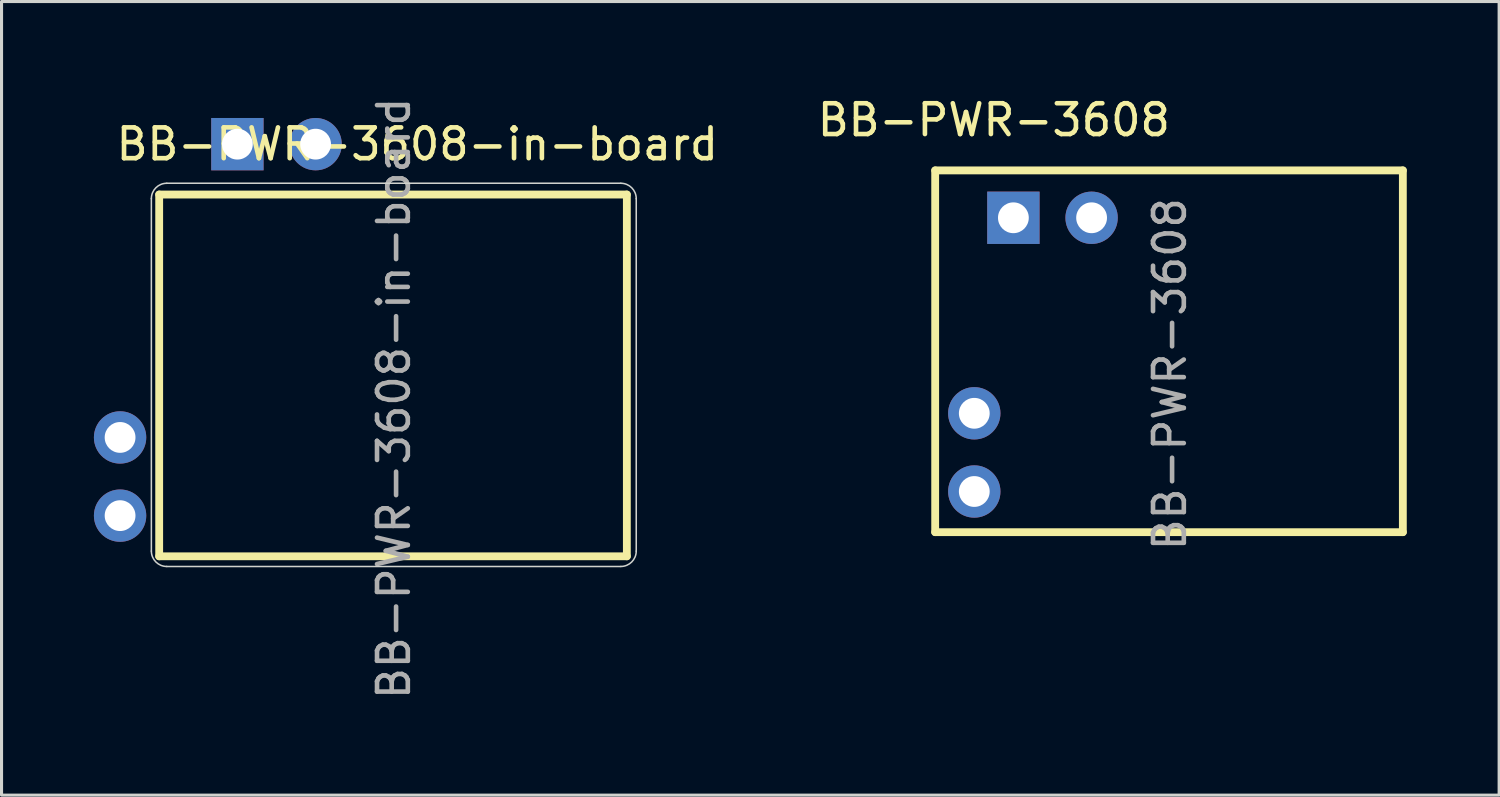
<source format=kicad_pcb>
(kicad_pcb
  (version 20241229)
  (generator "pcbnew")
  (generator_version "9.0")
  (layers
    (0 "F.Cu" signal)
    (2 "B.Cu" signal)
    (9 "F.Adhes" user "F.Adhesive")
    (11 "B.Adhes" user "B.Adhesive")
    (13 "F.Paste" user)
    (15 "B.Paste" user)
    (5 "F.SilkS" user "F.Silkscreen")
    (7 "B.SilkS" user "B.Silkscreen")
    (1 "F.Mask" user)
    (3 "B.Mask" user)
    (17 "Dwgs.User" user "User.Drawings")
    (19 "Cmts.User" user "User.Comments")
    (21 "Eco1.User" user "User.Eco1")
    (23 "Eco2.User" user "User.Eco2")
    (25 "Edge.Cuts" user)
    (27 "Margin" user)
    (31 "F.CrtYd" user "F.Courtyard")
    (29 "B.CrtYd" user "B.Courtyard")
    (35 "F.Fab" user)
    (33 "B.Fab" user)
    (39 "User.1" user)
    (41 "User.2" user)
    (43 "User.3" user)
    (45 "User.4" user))
  (footprint "BB-PWR-3608"
    (layer "F.Cu")
    (at 28.593 12.913)
    (property "Reference" "BB-PWR-3608" (at 0.635 -12.065 0) (layer "F.SilkS") (effects (font (size 1 1) (thickness 0.15))))
    (attr through_hole)
    (fp_line (start -1.27 -10.429) (end 13.919 -10.429) (stroke (width 0.254) (type solid)) (layer "F.SilkS"))
    (fp_line (start -1.27 1.321) (end -1.27 -10.429) (stroke (width 0.254) (type solid)) (layer "F.SilkS"))
    (fp_line (start 13.919 1.321) (end -1.27 1.321) (stroke (width 0.254) (type solid)) (layer "F.SilkS"))
    (fp_line (start 13.919 1.321) (end 13.919 -10.429) (stroke (width 0.254) (type solid)) (layer "F.SilkS"))
    (fp_text user "${REFERENCE}" (at 6.35 -3.81 90) (layer "F.Fab") (effects (font (size 1 1) (thickness 0.15))))
    (pad "1" thru_hole rect (at 1.27 -8.89) (size 1.7 1.7) (drill 1) (layers "*.Cu" "*.Mask"))
    (pad "2" thru_hole oval (at 3.81 -8.89) (size 1.7 1.7) (drill 1) (layers "*.Cu" "*.Mask"))
    (pad "3" thru_hole oval (at 0 -2.54) (size 1.7 1.7) (drill 1) (layers "*.Cu" "*.Mask"))
    (pad "4" thru_hole oval (at 0 0) (size 1.7 1.7) (drill 1) (layers "*.Cu" "*.Mask")))
  (footprint "BB-PWR-3608-in-board"
    (layer "F.Cu")
    (at 3.39 13.697)
    (property "Reference" "BB-PWR-3608-in-board" (at 7.112 -12.065 0) (layer "F.SilkS") (effects (font (size 1 1) (thickness 0.15))))
    (attr through_hole)
    (fp_line (start -1.27 -10.429) (end 13.919 -10.429) (stroke (width 0.254) (type solid)) (layer "F.SilkS"))
    (fp_line (start -1.27 1.321) (end -1.27 -10.429) (stroke (width 0.254) (type solid)) (layer "F.SilkS"))
    (fp_line (start 13.919 1.321) (end -1.27 1.321) (stroke (width 0.254) (type solid)) (layer "F.SilkS"))
    (fp_line (start 13.919 1.321) (end 13.919 -10.429) (stroke (width 0.254) (type solid)) (layer "F.SilkS"))
    (fp_line (start -1.524 1.151) (end -1.524 -10.295) (stroke (width 0.05) (type default)) (layer "Edge.Cuts"))
    (fp_line (start -1.024 -10.795) (end 13.724 -10.795) (stroke (width 0.05) (type default)) (layer "Edge.Cuts"))
    (fp_line (start 13.724 1.651) (end -1.024 1.651) (stroke (width 0.05) (type default)) (layer "Edge.Cuts"))
    (fp_line (start 14.224 -10.295) (end 14.224 1.151) (stroke (width 0.05) (type default)) (layer "Edge.Cuts"))
    (fp_arc (start -1.524 -10.295) (mid -1.377553 -10.648553) (end -1.024 -10.795) (stroke (width 0.05) (type default)) (layer "Edge.Cuts"))
    (fp_arc (start -1.024 1.651) (mid -1.377553 1.504553) (end -1.524 1.151) (stroke (width 0.05) (type default)) (layer "Edge.Cuts"))
    (fp_arc (start 13.724 -10.795) (mid 14.077553 -10.648553) (end 14.224 -10.295) (stroke (width 0.05) (type default)) (layer "Edge.Cuts"))
    (fp_arc (start 14.224 1.151) (mid 14.077553 1.504553) (end 13.724 1.651) (stroke (width 0.05) (type default)) (layer "Edge.Cuts"))
    (fp_text user "${REFERENCE}" (at 6.35 -3.81 90) (layer "F.Fab") (effects (font (size 1 1) (thickness 0.15))))
    (pad "1" thru_hole rect (at 1.27 -12.065) (size 1.7 1.7) (drill 1) (layers "*.Cu" "*.Mask"))
    (pad "2" thru_hole oval (at 3.81 -12.065) (size 1.7 1.7) (drill 1) (layers "*.Cu" "*.Mask"))
    (pad "3" thru_hole oval (at -2.54 -2.54) (size 1.7 1.7) (drill 1) (layers "*.Cu" "*.Mask"))
    (pad "4" thru_hole oval (at -2.54 0) (size 1.7 1.7) (drill 1) (layers "*.Cu" "*.Mask")))
  (gr_rect
    (start -3 -3)
    (end 45.639 22.774)
    (stroke (width 0.1) (type default))
    (fill no)
    (layer "Edge.Cuts")))
</source>
